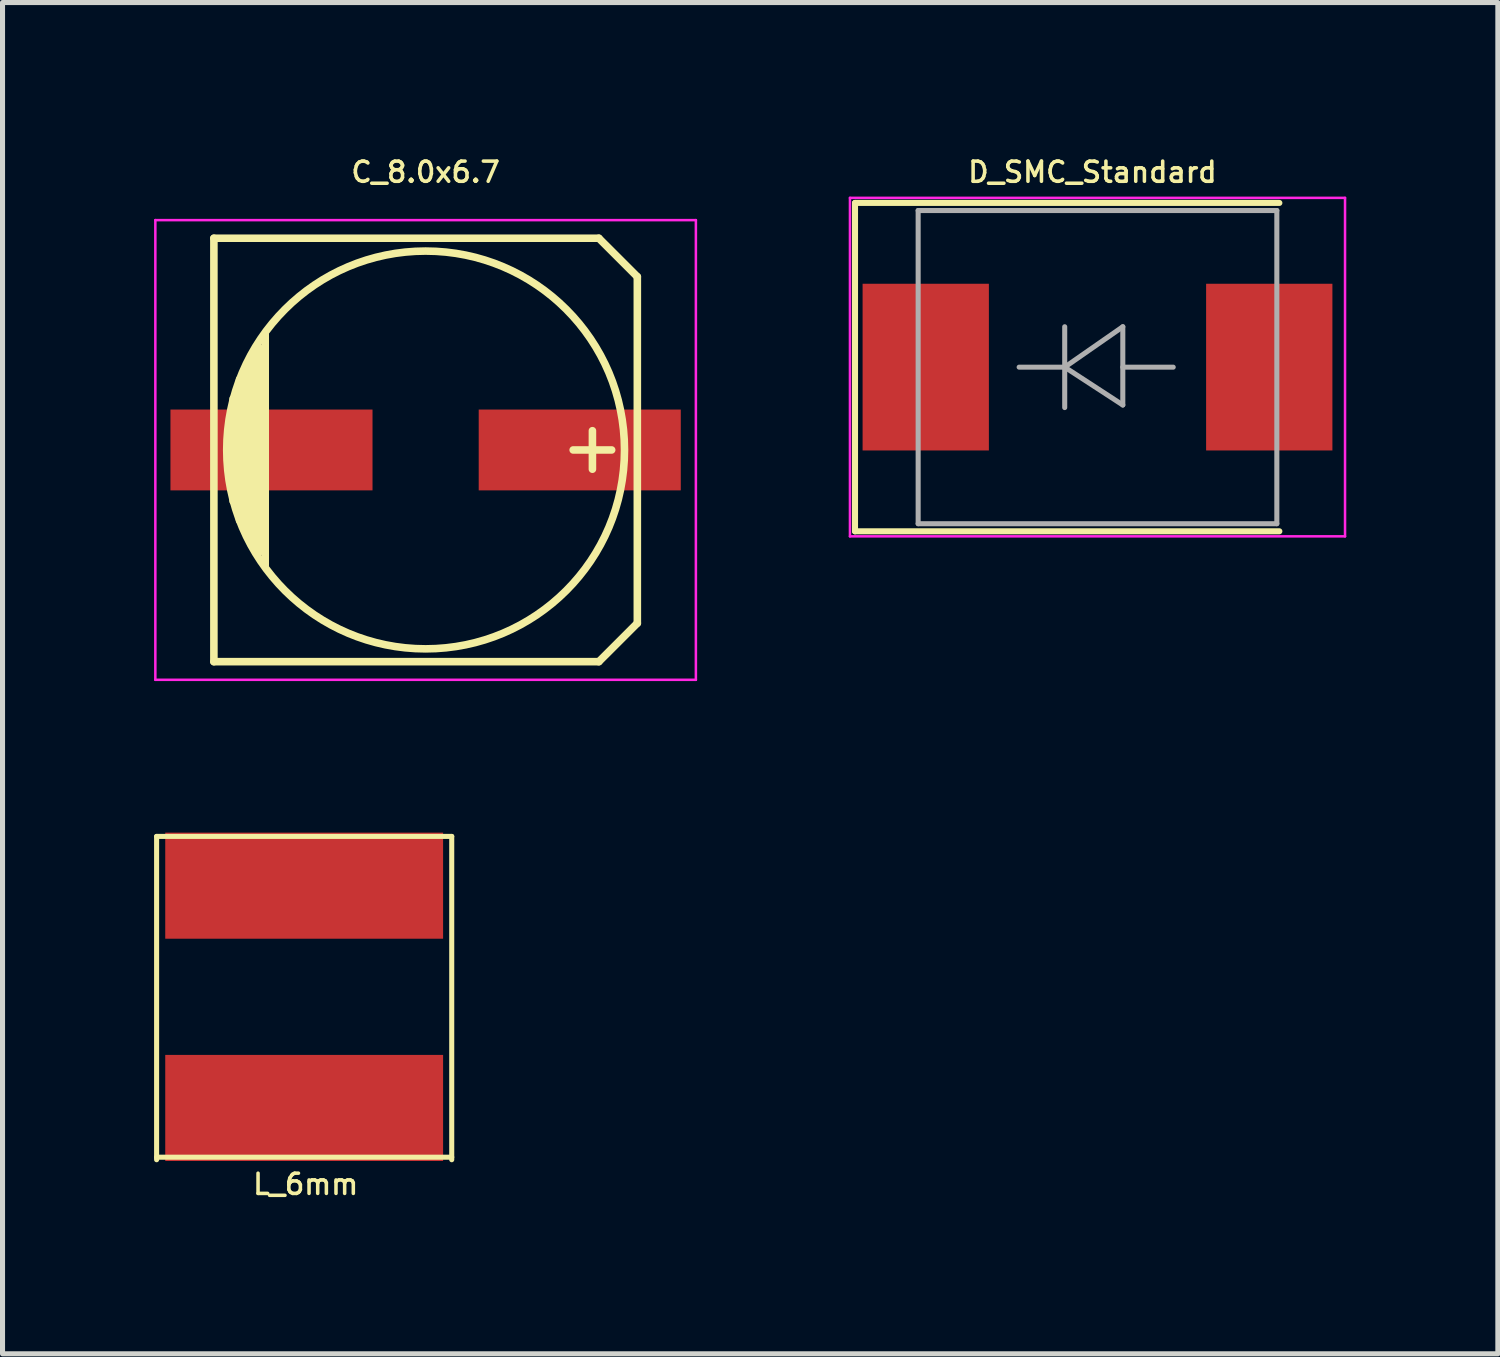
<source format=kicad_pcb>
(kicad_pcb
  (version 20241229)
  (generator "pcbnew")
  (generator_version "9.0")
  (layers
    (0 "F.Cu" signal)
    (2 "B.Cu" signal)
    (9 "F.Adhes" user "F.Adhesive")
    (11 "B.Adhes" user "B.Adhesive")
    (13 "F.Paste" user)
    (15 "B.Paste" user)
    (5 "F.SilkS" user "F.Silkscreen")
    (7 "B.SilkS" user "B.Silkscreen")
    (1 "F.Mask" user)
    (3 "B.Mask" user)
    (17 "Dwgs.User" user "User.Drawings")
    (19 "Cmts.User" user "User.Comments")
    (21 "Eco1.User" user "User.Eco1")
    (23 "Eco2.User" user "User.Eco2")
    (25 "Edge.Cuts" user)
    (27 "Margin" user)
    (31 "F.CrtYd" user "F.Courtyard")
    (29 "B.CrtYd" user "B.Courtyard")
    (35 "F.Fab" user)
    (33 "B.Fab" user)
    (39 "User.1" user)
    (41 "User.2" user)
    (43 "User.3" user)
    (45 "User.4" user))
  (footprint "C_8.0x6.7"
    (layer "F.Cu")
    (at 5.375 5.857)
    (property "Reference" "C_8.0x6.7" (at 0 -5.5 0) (layer "F.SilkS") (effects (font (size 0.4 0.4) (thickness 0.07))))
    (attr smd)
    (fp_line (start -4.191 -4.191) (end -4.191 4.191) (stroke (width 0.15) (type solid)) (layer "F.SilkS"))
    (fp_line (start -4.191 4.191) (end 3.429 4.191) (stroke (width 0.15) (type solid)) (layer "F.SilkS"))
    (fp_line (start -3.81 -1.016) (end -3.81 1.016) (stroke (width 0.15) (type solid)) (layer "F.SilkS"))
    (fp_line (start -3.683 1.397) (end -3.683 -1.397) (stroke (width 0.15) (type solid)) (layer "F.SilkS"))
    (fp_line (start -3.556 -1.651) (end -3.556 1.651) (stroke (width 0.15) (type solid)) (layer "F.SilkS"))
    (fp_line (start -3.429 1.905) (end -3.429 -1.905) (stroke (width 0.15) (type solid)) (layer "F.SilkS"))
    (fp_line (start -3.302 2.032) (end -3.302 -2.032) (stroke (width 0.15) (type solid)) (layer "F.SilkS"))
    (fp_line (start -3.175 -2.286) (end -3.175 2.286) (stroke (width 0.15) (type solid)) (layer "F.SilkS"))
    (fp_line (start 3.302 -0.381) (end 3.302 0.381) (stroke (width 0.15) (type solid)) (layer "F.SilkS"))
    (fp_line (start 3.429 -4.191) (end -4.191 -4.191) (stroke (width 0.15) (type solid)) (layer "F.SilkS"))
    (fp_line (start 3.429 4.191) (end 4.191 3.429) (stroke (width 0.15) (type solid)) (layer "F.SilkS"))
    (fp_line (start 3.683 0) (end 2.921 0) (stroke (width 0.15) (type solid)) (layer "F.SilkS"))
    (fp_line (start 4.191 -3.429) (end 3.429 -4.191) (stroke (width 0.15) (type solid)) (layer "F.SilkS"))
    (fp_line (start 4.191 3.429) (end 4.191 -3.429) (stroke (width 0.15) (type solid)) (layer "F.SilkS"))
    (fp_circle (center 0 0) (end 3.937 0) (stroke (width 0.15) (type solid)) (fill no) (layer "F.SilkS"))
    (fp_line (start -5.35 -4.55) (end 5.35 -4.55) (stroke (width 0.05) (type solid)) (layer "F.CrtYd"))
    (fp_line (start -5.35 4.55) (end -5.35 -4.55) (stroke (width 0.05) (type solid)) (layer "F.CrtYd"))
    (fp_line (start 5.35 -4.55) (end 5.35 4.55) (stroke (width 0.05) (type solid)) (layer "F.CrtYd"))
    (fp_line (start 5.35 4.55) (end -5.35 4.55) (stroke (width 0.05) (type solid)) (layer "F.CrtYd"))
    (pad "1" smd rect (at 3.051 0) (size 4 1.6) (layers "F.Cu" "F.Mask" "F.Paste"))
    (pad "2" smd rect (at -3.051 0) (size 4 1.6) (layers "F.Cu" "F.Mask" "F.Paste")))
  (footprint "L_6mm"
    (layer "F.Cu")
    (at 2.971 16.682)
    (property "Reference" "L_6mm" (at 0.03 3.71 0) (layer "F.SilkS") (effects (font (size 0.4 0.4) (thickness 0.07))))
    (attr through_hole)
    (fp_line (start -2.921 -3.175) (end -2.921 3.225) (stroke (width 0.1) (type solid)) (layer "F.SilkS"))
    (fp_line (start -2.921 3.175) (end 2.921 3.175) (stroke (width 0.1) (type solid)) (layer "F.SilkS"))
    (fp_line (start 2.921 -3.175) (end -2.921 -3.175) (stroke (width 0.1) (type solid)) (layer "F.SilkS"))
    (fp_line (start 2.921 3.225) (end 2.921 -3.175) (stroke (width 0.1) (type solid)) (layer "F.SilkS"))
    (pad "1" smd rect (at 0 -2.2) (size 5.5 2.1) (layers "F.Cu" "F.Mask" "F.Paste"))
    (pad "2" smd rect (at 0 2.2) (size 5.5 2.1) (layers "F.Cu" "F.Mask" "F.Paste")))
  (footprint "D_SMC_Standard"
    (layer "F.Cu")
    (at 18.675 4.217)
    (property "Reference" "D_SMC_Standard" (at -0.1 -3.86 0) (layer "F.SilkS") (effects (font (size 0.4 0.4) (thickness 0.07))))
    (attr smd)
    (fp_line (start -4.8 -3.25) (end 3.6 -3.25) (stroke (width 0.12) (type solid)) (layer "F.SilkS"))
    (fp_line (start -4.8 3.25) (end -4.8 -3.25) (stroke (width 0.12) (type solid)) (layer "F.SilkS"))
    (fp_line (start -4.8 3.25) (end 3.6 3.25) (stroke (width 0.12) (type solid)) (layer "F.SilkS"))
    (fp_line (start -4.9 -3.35) (end 4.9 -3.35) (stroke (width 0.05) (type solid)) (layer "F.CrtYd"))
    (fp_line (start -4.9 3.35) (end -4.9 -3.35) (stroke (width 0.05) (type solid)) (layer "F.CrtYd"))
    (fp_line (start 4.9 -3.35) (end 4.9 3.35) (stroke (width 0.05) (type solid)) (layer "F.CrtYd"))
    (fp_line (start 4.9 3.35) (end -4.9 3.35) (stroke (width 0.05) (type solid)) (layer "F.CrtYd"))
    (fp_line (start -3.55 3.1) (end -3.55 -3.1) (stroke (width 0.1) (type solid)) (layer "F.Fab"))
    (fp_line (start -0.649 -0.799) (end -0.649 0.801) (stroke (width 0.1) (type solid)) (layer "F.Fab"))
    (fp_line (start -0.649 0.001) (end -1.551 0.001) (stroke (width 0.1) (type solid)) (layer "F.Fab"))
    (fp_line (start -0.649 0.001) (end 0.501 -0.799) (stroke (width 0.1) (type solid)) (layer "F.Fab"))
    (fp_line (start -0.649 0.001) (end 0.501 0.75) (stroke (width 0.1) (type solid)) (layer "F.Fab"))
    (fp_line (start 0.501 0.001) (end 1.499 0.001) (stroke (width 0.1) (type solid)) (layer "F.Fab"))
    (fp_line (start 0.501 0.75) (end 0.501 -0.799) (stroke (width 0.1) (type solid)) (layer "F.Fab"))
    (fp_line (start 3.55 -3.1) (end -3.55 -3.1) (stroke (width 0.1) (type solid)) (layer "F.Fab"))
    (fp_line (start 3.55 -3.1) (end 3.55 3.1) (stroke (width 0.1) (type solid)) (layer "F.Fab"))
    (fp_line (start 3.55 3.1) (end -3.55 3.1) (stroke (width 0.1) (type solid)) (layer "F.Fab"))
    (pad "1" smd rect (at -3.4 0 90) (size 3.3 2.5) (layers "F.Cu" "F.Mask" "F.Paste"))
    (pad "2" smd rect (at 3.4 0 90) (size 3.3 2.5) (layers "F.Cu" "F.Mask" "F.Paste")))
  (gr_rect
    (start -3 -3)
    (end 26.6 23.749)
    (stroke (width 0.1) (type default))
    (fill no)
    (layer "Edge.Cuts")))
</source>
